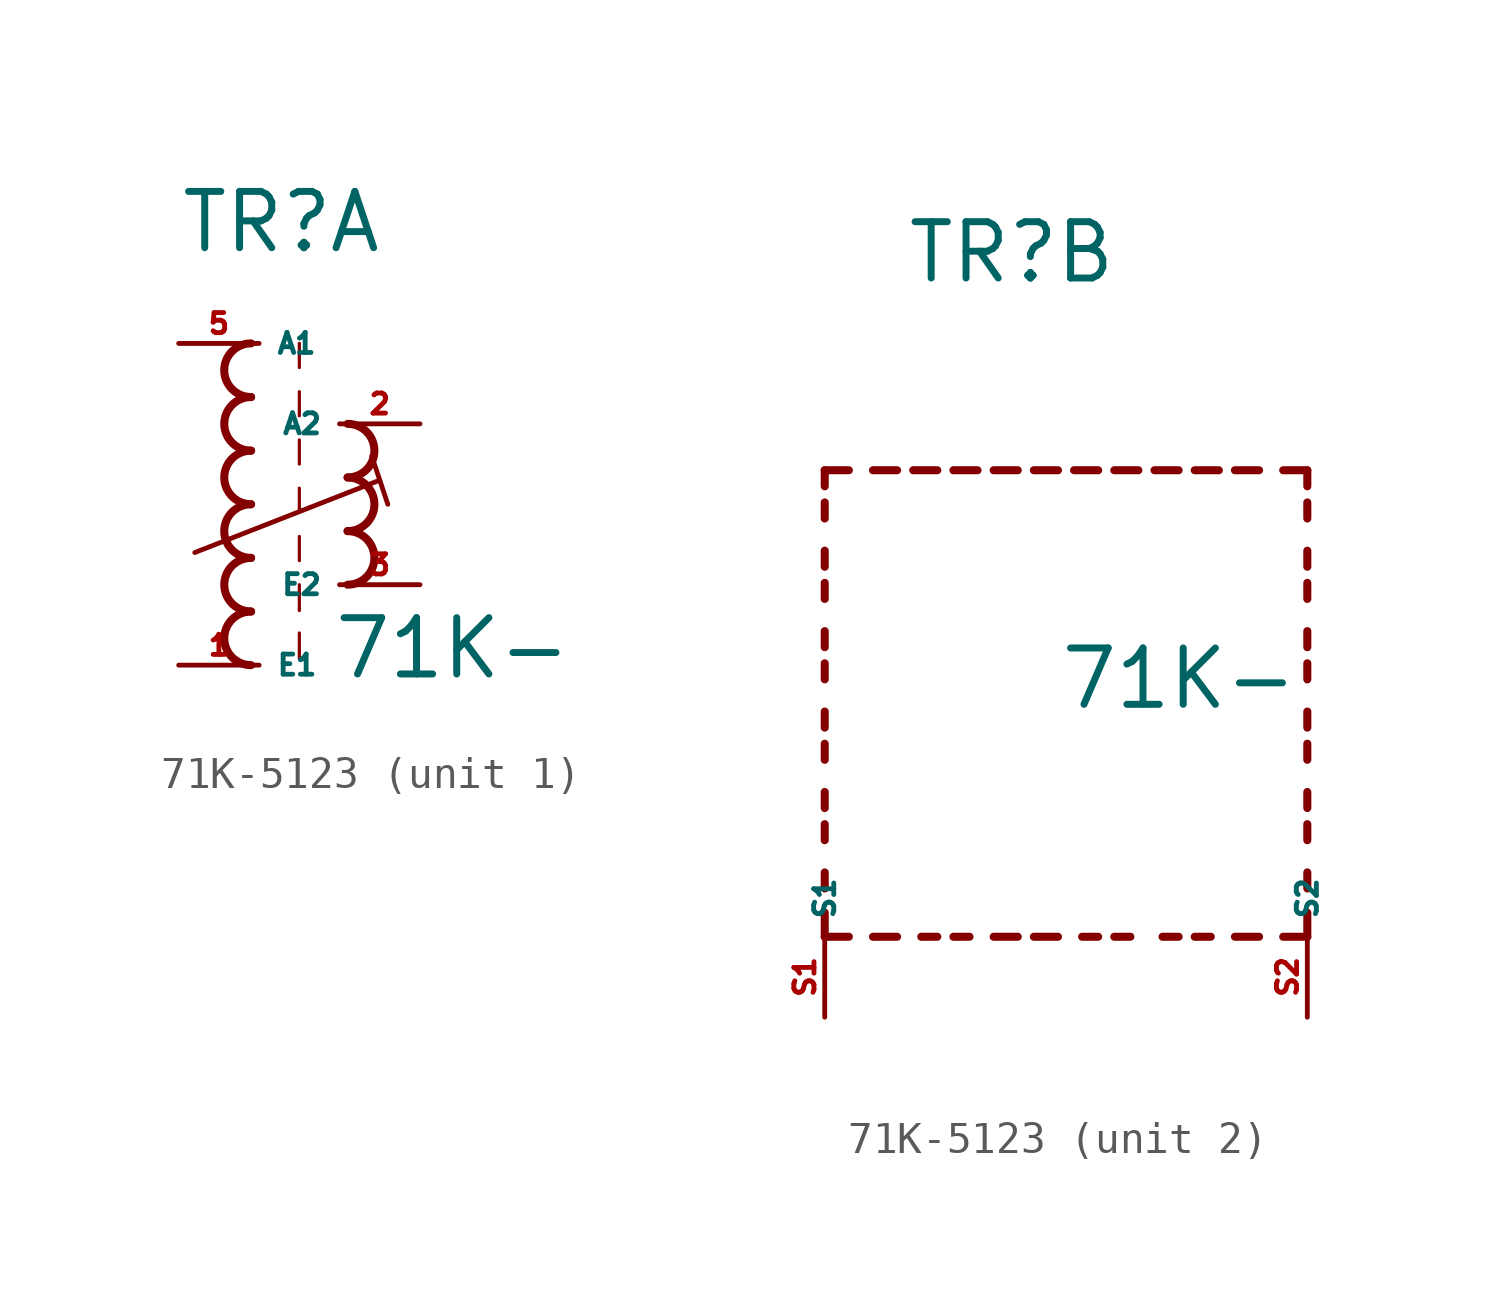
<source format=kicad_sym>
(kicad_symbol_lib
  (version 20220914)
  (generator kicad_symbol_editor)
  (symbol "71K-5123"
    (property "Reference" "TR"
      (at -2.54 7.874 0)
      (effects (font (size 1.778 1.778) (thickness 0.22)) (justify left bottom)))
    (property "Value" "71K-"
      (at 2.286 -5.588 0)
      (effects (font (size 1.778 1.778) (thickness 0.22)) (justify left bottom)))
    (symbol "71K-5123_1_0"
      (arc (start -0.254 -3.3866) (mid -1.1004 -4.2333) (end -0.254 -5.08) (stroke (width 0.254) (type default)) (fill (type none)))
      (arc (start -0.254 -1.6932) (mid -1.1004 -2.5399) (end -0.254 -3.3866) (stroke (width 0.254) (type default)) (fill (type none)))
      (arc (start -0.254 0) (mid -1.1004 -0.8467) (end -0.254 -1.6934) (stroke (width 0.254) (type default)) (fill (type none)))
      (arc (start -0.254 1.6934) (mid -1.1004 0.8467) (end -0.254 0) (stroke (width 0.254) (type default)) (fill (type none)))
      (arc (start -0.254 3.3866) (mid -1.1002 2.54) (end -0.254 1.6934) (stroke (width 0.254) (type default)) (fill (type none)))
      (arc (start -0.254 5.08) (mid -1.1004 4.2333) (end -0.254 3.3866) (stroke (width 0.254) (type default)) (fill (type none)))
      (polyline (pts (xy -2.032 -1.524) (xy 3.81 0.762)) (stroke (width 0.152) (type default)) (fill (type none)))
      (polyline (pts (xy 1.27 -4.064) (xy 1.27 -4.88)) (stroke (width 0.102) (type default)) (fill (type none)))
      (polyline (pts (xy 1.27 -2.54) (xy 1.27 -3.356)) (stroke (width 0.102) (type default)) (fill (type none)))
      (polyline (pts (xy 1.27 -1.016) (xy 1.27 -1.778)) (stroke (width 0.102) (type default)) (fill (type none)))
      (polyline (pts (xy 1.27 0.508) (xy 1.27 -0.254)) (stroke (width 0.102) (type default)) (fill (type none)))
      (polyline (pts (xy 1.27 2.032) (xy 1.27 1.27)) (stroke (width 0.102) (type default)) (fill (type none)))
      (polyline (pts (xy 1.27 3.556) (xy 1.27 2.794)) (stroke (width 0.102) (type default)) (fill (type none)))
      (polyline (pts (xy 1.27 5.08) (xy 1.27 4.318)) (stroke (width 0.102) (type default)) (fill (type none)))
      (polyline (pts (xy 3.556 1.524) (xy 4.064 0)) (stroke (width 0.152) (type default)) (fill (type none)))
      (arc (start 2.794 -2.54) (mid 3.6404 -1.6933) (end 2.794 -0.8466) (stroke (width 0.254) (type default)) (fill (type none)))
      (arc (start 2.794 -0.8466) (mid 3.6402 0) (end 2.794 0.8466) (stroke (width 0.254) (type default)) (fill (type none)))
      (arc (start 2.794 0.8466) (mid 3.6404 1.6933) (end 2.794 2.54) (stroke (width 0.254) (type default)) (fill (type none)))
      (pin passive line (at -2.54 -5.08 0) (length 2.54) (name "E1" (effects (font (size 0.635 0.635)))) (number "1" (effects (font (size 0.635 0.635)))))
      (pin passive line (at 5.08 2.54 180) (length 2.54) (name "A2" (effects (font (size 0.635 0.635)))) (number "2" (effects (font (size 0.635 0.635)))))
      (pin passive line (at 5.08 -2.54 180) (length 2.54) (name "E2" (effects (font (size 0.635 0.635)))) (number "3" (effects (font (size 0.635 0.635)))))
      (pin passive line (at -2.54 5.08 0) (length 2.54) (name "A1" (effects (font (size 0.635 0.635)))) (number "5" (effects (font (size 0.635 0.635))))))
    (symbol "71K-5123_2_0"
      (polyline (pts (xy -5.08 -12.7) (xy -5.08 -11.938)) (stroke (width 0.254) (type default)) (fill (type none)))
      (polyline (pts (xy -5.08 -12.7) (xy -4.318 -12.7)) (stroke (width 0.254) (type default)) (fill (type none)))
      (polyline (pts (xy -5.08 -11.176) (xy -5.08 -10.668)) (stroke (width 0.254) (type default)) (fill (type none)))
      (polyline (pts (xy -5.08 -9.652) (xy -5.08 -9.144)) (stroke (width 0.254) (type default)) (fill (type none)))
      (polyline (pts (xy -5.08 -8.636) (xy -5.08 -8.128)) (stroke (width 0.254) (type default)) (fill (type none)))
      (polyline (pts (xy -5.08 -7.112) (xy -5.08 -6.604)) (stroke (width 0.254) (type default)) (fill (type none)))
      (polyline (pts (xy -5.08 -6.096) (xy -5.08 -5.588)) (stroke (width 0.254) (type default)) (fill (type none)))
      (polyline (pts (xy -5.08 -4.572) (xy -5.08 -4.064)) (stroke (width 0.254) (type default)) (fill (type none)))
      (polyline (pts (xy -5.08 -3.556) (xy -5.08 -3.048)) (stroke (width 0.254) (type default)) (fill (type none)))
      (polyline (pts (xy -5.08 -2.032) (xy -5.08 -1.524)) (stroke (width 0.254) (type default)) (fill (type none)))
      (polyline (pts (xy -5.08 -1.016) (xy -5.08 -0.508)) (stroke (width 0.254) (type default)) (fill (type none)))
      (polyline (pts (xy -5.08 0.508) (xy -5.08 1.016)) (stroke (width 0.254) (type default)) (fill (type none)))
      (polyline (pts (xy -5.08 1.524) (xy -5.08 2.032)) (stroke (width 0.254) (type default)) (fill (type none)))
      (polyline (pts (xy -5.08 2.032) (xy -4.318 2.032)) (stroke (width 0.254) (type default)) (fill (type none)))
      (polyline (pts (xy -3.556 -12.7) (xy -2.794 -12.7)) (stroke (width 0.254) (type default)) (fill (type none)))
      (polyline (pts (xy -3.556 2.032) (xy -2.794 2.032)) (stroke (width 0.254) (type default)) (fill (type none)))
      (polyline (pts (xy -1.524 -12.7) (xy -2.032 -12.7)) (stroke (width 0.254) (type default)) (fill (type none)))
      (polyline (pts (xy -1.524 2.032) (xy -2.286 2.032)) (stroke (width 0.254) (type default)) (fill (type none)))
      (polyline (pts (xy -1.016 2.032) (xy -0.254 2.032)) (stroke (width 0.254) (type default)) (fill (type none)))
      (polyline (pts (xy -0.508 -12.7) (xy -1.016 -12.7)) (stroke (width 0.254) (type default)) (fill (type none)))
      (polyline (pts (xy 1.016 -12.7) (xy 0.254 -12.7)) (stroke (width 0.254) (type default)) (fill (type none)))
      (polyline (pts (xy 1.016 2.032) (xy 0.254 2.032)) (stroke (width 0.254) (type default)) (fill (type none)))
      (polyline (pts (xy 1.524 -12.7) (xy 2.286 -12.7)) (stroke (width 0.254) (type default)) (fill (type none)))
      (polyline (pts (xy 1.524 2.032) (xy 2.286 2.032)) (stroke (width 0.254) (type default)) (fill (type none)))
      (polyline (pts (xy 3.556 -12.7) (xy 3.048 -12.7)) (stroke (width 0.254) (type default)) (fill (type none)))
      (polyline (pts (xy 3.556 2.032) (xy 2.794 2.032)) (stroke (width 0.254) (type default)) (fill (type none)))
      (polyline (pts (xy 4.064 2.032) (xy 4.826 2.032)) (stroke (width 0.254) (type default)) (fill (type none)))
      (polyline (pts (xy 4.572 -12.7) (xy 4.064 -12.7)) (stroke (width 0.254) (type default)) (fill (type none)))
      (polyline (pts (xy 6.096 -12.7) (xy 5.588 -12.7)) (stroke (width 0.254) (type default)) (fill (type none)))
      (polyline (pts (xy 6.096 2.032) (xy 5.334 2.032)) (stroke (width 0.254) (type default)) (fill (type none)))
      (polyline (pts (xy 6.604 2.032) (xy 7.366 2.032)) (stroke (width 0.254) (type default)) (fill (type none)))
      (polyline (pts (xy 7.112 -12.7) (xy 6.604 -12.7)) (stroke (width 0.254) (type default)) (fill (type none)))
      (polyline (pts (xy 8.636 -12.7) (xy 7.874 -12.7)) (stroke (width 0.254) (type default)) (fill (type none)))
      (polyline (pts (xy 8.636 2.032) (xy 7.874 2.032)) (stroke (width 0.254) (type default)) (fill (type none)))
      (polyline (pts (xy 10.16 -12.7) (xy 9.398 -12.7)) (stroke (width 0.254) (type default)) (fill (type none)))
      (polyline (pts (xy 10.16 -12.7) (xy 10.16 -11.938)) (stroke (width 0.254) (type default)) (fill (type none)))
      (polyline (pts (xy 10.16 -11.176) (xy 10.16 -10.668)) (stroke (width 0.254) (type default)) (fill (type none)))
      (polyline (pts (xy 10.16 -9.652) (xy 10.16 -9.144)) (stroke (width 0.254) (type default)) (fill (type none)))
      (polyline (pts (xy 10.16 -8.636) (xy 10.16 -8.128)) (stroke (width 0.254) (type default)) (fill (type none)))
      (polyline (pts (xy 10.16 -7.112) (xy 10.16 -6.604)) (stroke (width 0.254) (type default)) (fill (type none)))
      (polyline (pts (xy 10.16 -6.096) (xy 10.16 -5.588)) (stroke (width 0.254) (type default)) (fill (type none)))
      (polyline (pts (xy 10.16 -4.572) (xy 10.16 -4.064)) (stroke (width 0.254) (type default)) (fill (type none)))
      (polyline (pts (xy 10.16 -3.556) (xy 10.16 -3.048)) (stroke (width 0.254) (type default)) (fill (type none)))
      (polyline (pts (xy 10.16 -2.032) (xy 10.16 -1.524)) (stroke (width 0.254) (type default)) (fill (type none)))
      (polyline (pts (xy 10.16 -1.016) (xy 10.16 -0.508)) (stroke (width 0.254) (type default)) (fill (type none)))
      (polyline (pts (xy 10.16 0.508) (xy 10.16 1.016)) (stroke (width 0.254) (type default)) (fill (type none)))
      (polyline (pts (xy 10.16 1.524) (xy 10.16 2.032)) (stroke (width 0.254) (type default)) (fill (type none)))
      (polyline (pts (xy 10.16 2.032) (xy 9.398 2.032)) (stroke (width 0.254) (type default)) (fill (type none)))
      (pin passive line (at -5.08 -15.24 90) (length 2.54) (name "S1" (effects (font (size 0.635 0.635)))) (number "S1" (effects (font (size 0.635 0.635)))))
      (pin passive line (at 10.16 -15.24 90) (length 2.54) (name "S2" (effects (font (size 0.635 0.635)))) (number "S2" (effects (font (size 0.635 0.635))))))))
</source>
